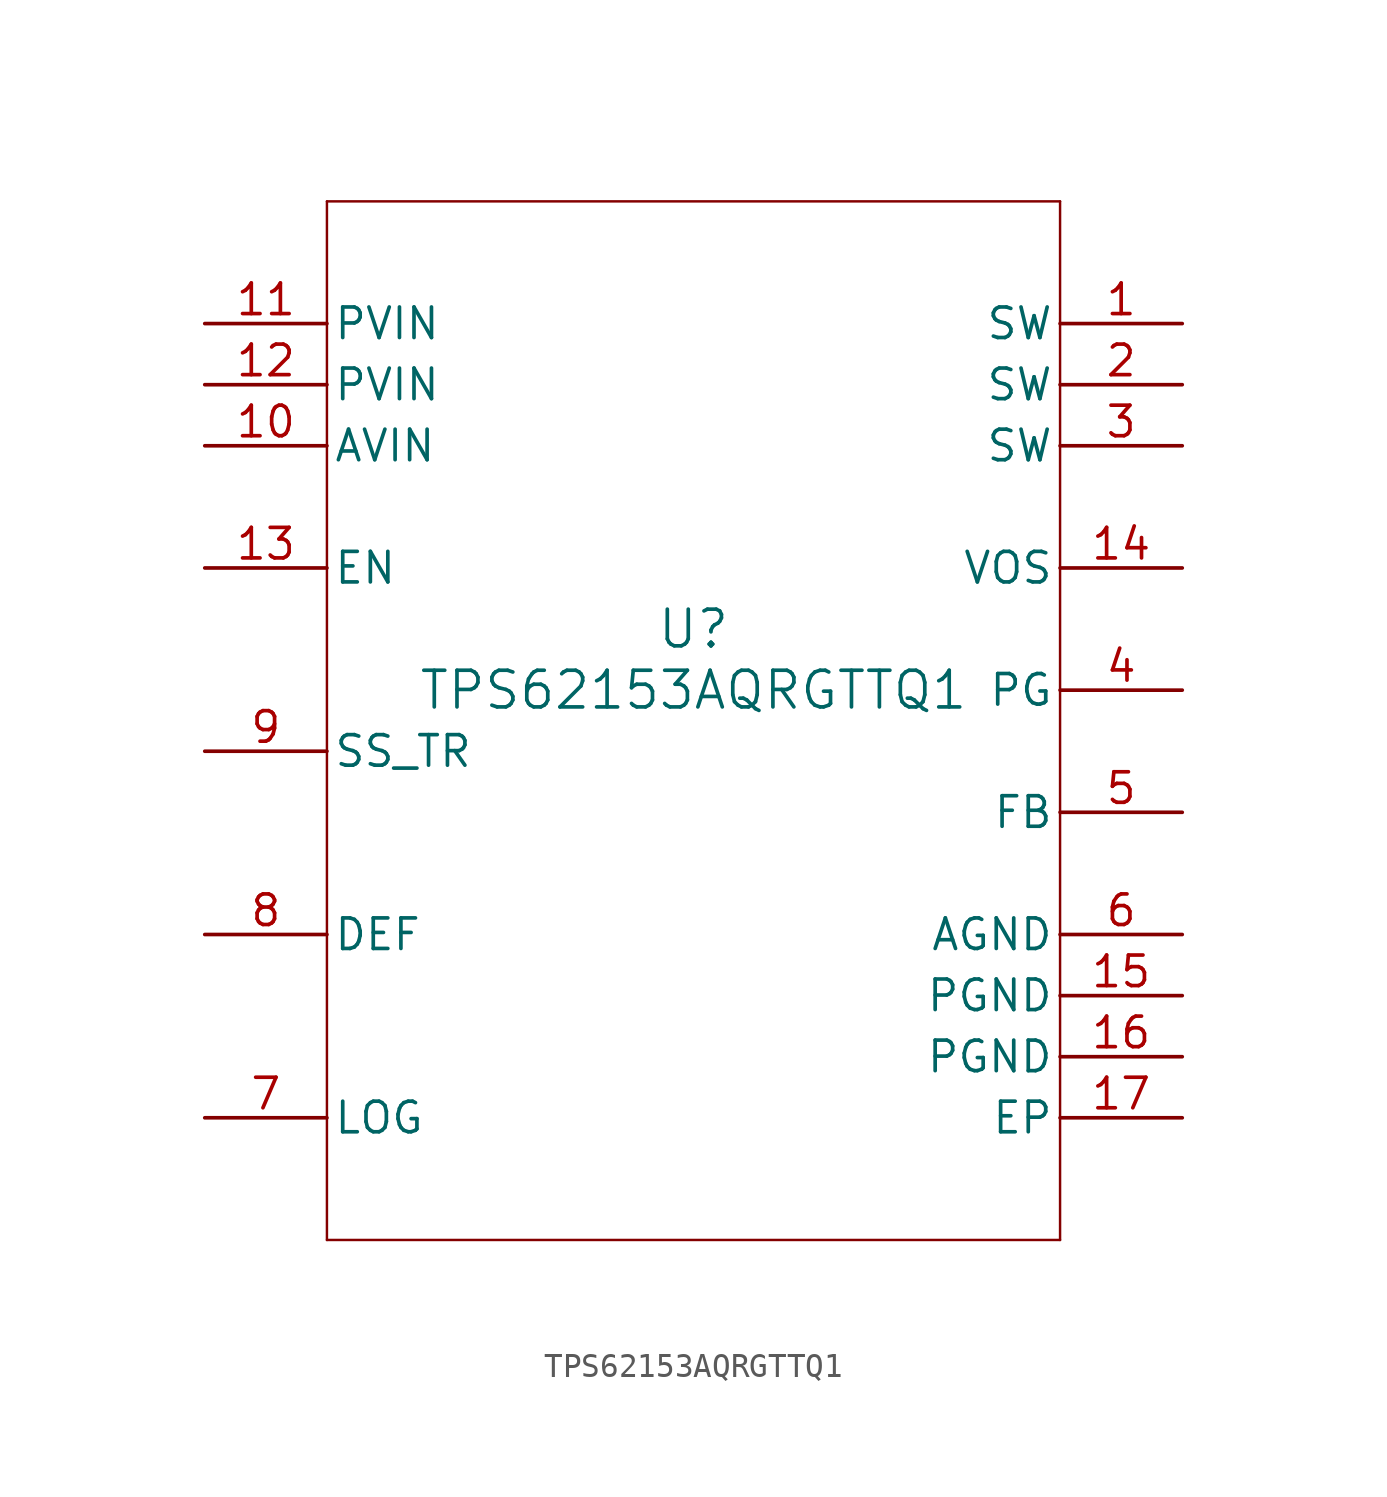
<source format=kicad_sym>
(kicad_symbol_lib
  (version 20211014)
  (generator kicad_symbol_editor)
  (symbol "TPS62153AQRGTTQ1"
    (pin_names
      (offset 0.254))
    (property "Reference" "U"
      (at 0 2.54 0)
      (effects (font (size 1.524 1.524))))
    (property "Value" "TPS62153AQRGTTQ1"
      (at 0 0 0)
      (effects (font (size 1.524 1.524))))
    (symbol "TPS62153AQRGTTQ1_0_1"
      (polyline (pts (xy -15.24 -22.86) (xy 15.24 -22.86)) (stroke (width 0.102) (type default) (color 0 0 0 0)) (fill (type none)))
      (polyline (pts (xy 15.24 -22.86) (xy 15.24 20.32)) (stroke (width 0.102) (type default) (color 0 0 0 0)) (fill (type none)))
      (polyline (pts (xy 15.24 20.32) (xy -15.24 20.32)) (stroke (width 0.102) (type default) (color 0 0 0 0)) (fill (type none)))
      (polyline (pts (xy -15.24 20.32) (xy -15.24 -22.86)) (stroke (width 0.102) (type default) (color 0 0 0 0)) (fill (type none)))
      (pin power_in line (at 20.32 15.24 180) (length 5.08) (name "SW" (effects (font (size 1.27 1.27)))) (number "1" (effects (font (size 1.27 1.27)))))
      (pin power_in line (at 20.32 12.7 180) (length 5.08) (name "SW" (effects (font (size 1.27 1.27)))) (number "2" (effects (font (size 1.27 1.27)))))
      (pin power_in line (at 20.32 10.16 180) (length 5.08) (name "SW" (effects (font (size 1.27 1.27)))) (number "3" (effects (font (size 1.27 1.27)))))
      (pin open_collector line (at 20.32 0 180) (length 5.08) (name "PG" (effects (font (size 1.27 1.27)))) (number "4" (effects (font (size 1.27 1.27)))))
      (pin input line (at 20.32 -5.08 180) (length 5.08) (name "FB" (effects (font (size 1.27 1.27)))) (number "5" (effects (font (size 1.27 1.27)))))
      (pin power_in line (at 20.32 -10.16 180) (length 5.08) (name "AGND" (effects (font (size 1.27 1.27)))) (number "6" (effects (font (size 1.27 1.27)))))
      (pin unspecified line (at -20.32 -17.78 0) (length 5.08) (name "LOG" (effects (font (size 1.27 1.27)))) (number "7" (effects (font (size 1.27 1.27)))))
      (pin input line (at -20.32 -10.16 0) (length 5.08) (name "DEF" (effects (font (size 1.27 1.27)))) (number "8" (effects (font (size 1.27 1.27)))))
      (pin input line (at -20.32 -2.54 0) (length 5.08) (name "SS_TR" (effects (font (size 1.27 1.27)))) (number "9" (effects (font (size 1.27 1.27)))))
      (pin power_in line (at -20.32 10.16 0) (length 5.08) (name "AVIN" (effects (font (size 1.27 1.27)))) (number "10" (effects (font (size 1.27 1.27)))))
      (pin power_in line (at -20.32 15.24 0) (length 5.08) (name "PVIN" (effects (font (size 1.27 1.27)))) (number "11" (effects (font (size 1.27 1.27)))))
      (pin power_in line (at -20.32 12.7 0) (length 5.08) (name "PVIN" (effects (font (size 1.27 1.27)))) (number "12" (effects (font (size 1.27 1.27)))))
      (pin input line (at -20.32 5.08 0) (length 5.08) (name "EN" (effects (font (size 1.27 1.27)))) (number "13" (effects (font (size 1.27 1.27)))))
      (pin input line (at 20.32 5.08 180) (length 5.08) (name "VOS" (effects (font (size 1.27 1.27)))) (number "14" (effects (font (size 1.27 1.27)))))
      (pin power_in line (at 20.32 -12.7 180) (length 5.08) (name "PGND" (effects (font (size 1.27 1.27)))) (number "15" (effects (font (size 1.27 1.27)))))
      (pin power_in line (at 20.32 -15.24 180) (length 5.08) (name "PGND" (effects (font (size 1.27 1.27)))) (number "16" (effects (font (size 1.27 1.27)))))
      (pin power_in line (at 20.32 -17.78 180) (length 5.08) (name "EP" (effects (font (size 1.27 1.27)))) (number "17" (effects (font (size 1.27 1.27))))))))
</source>
